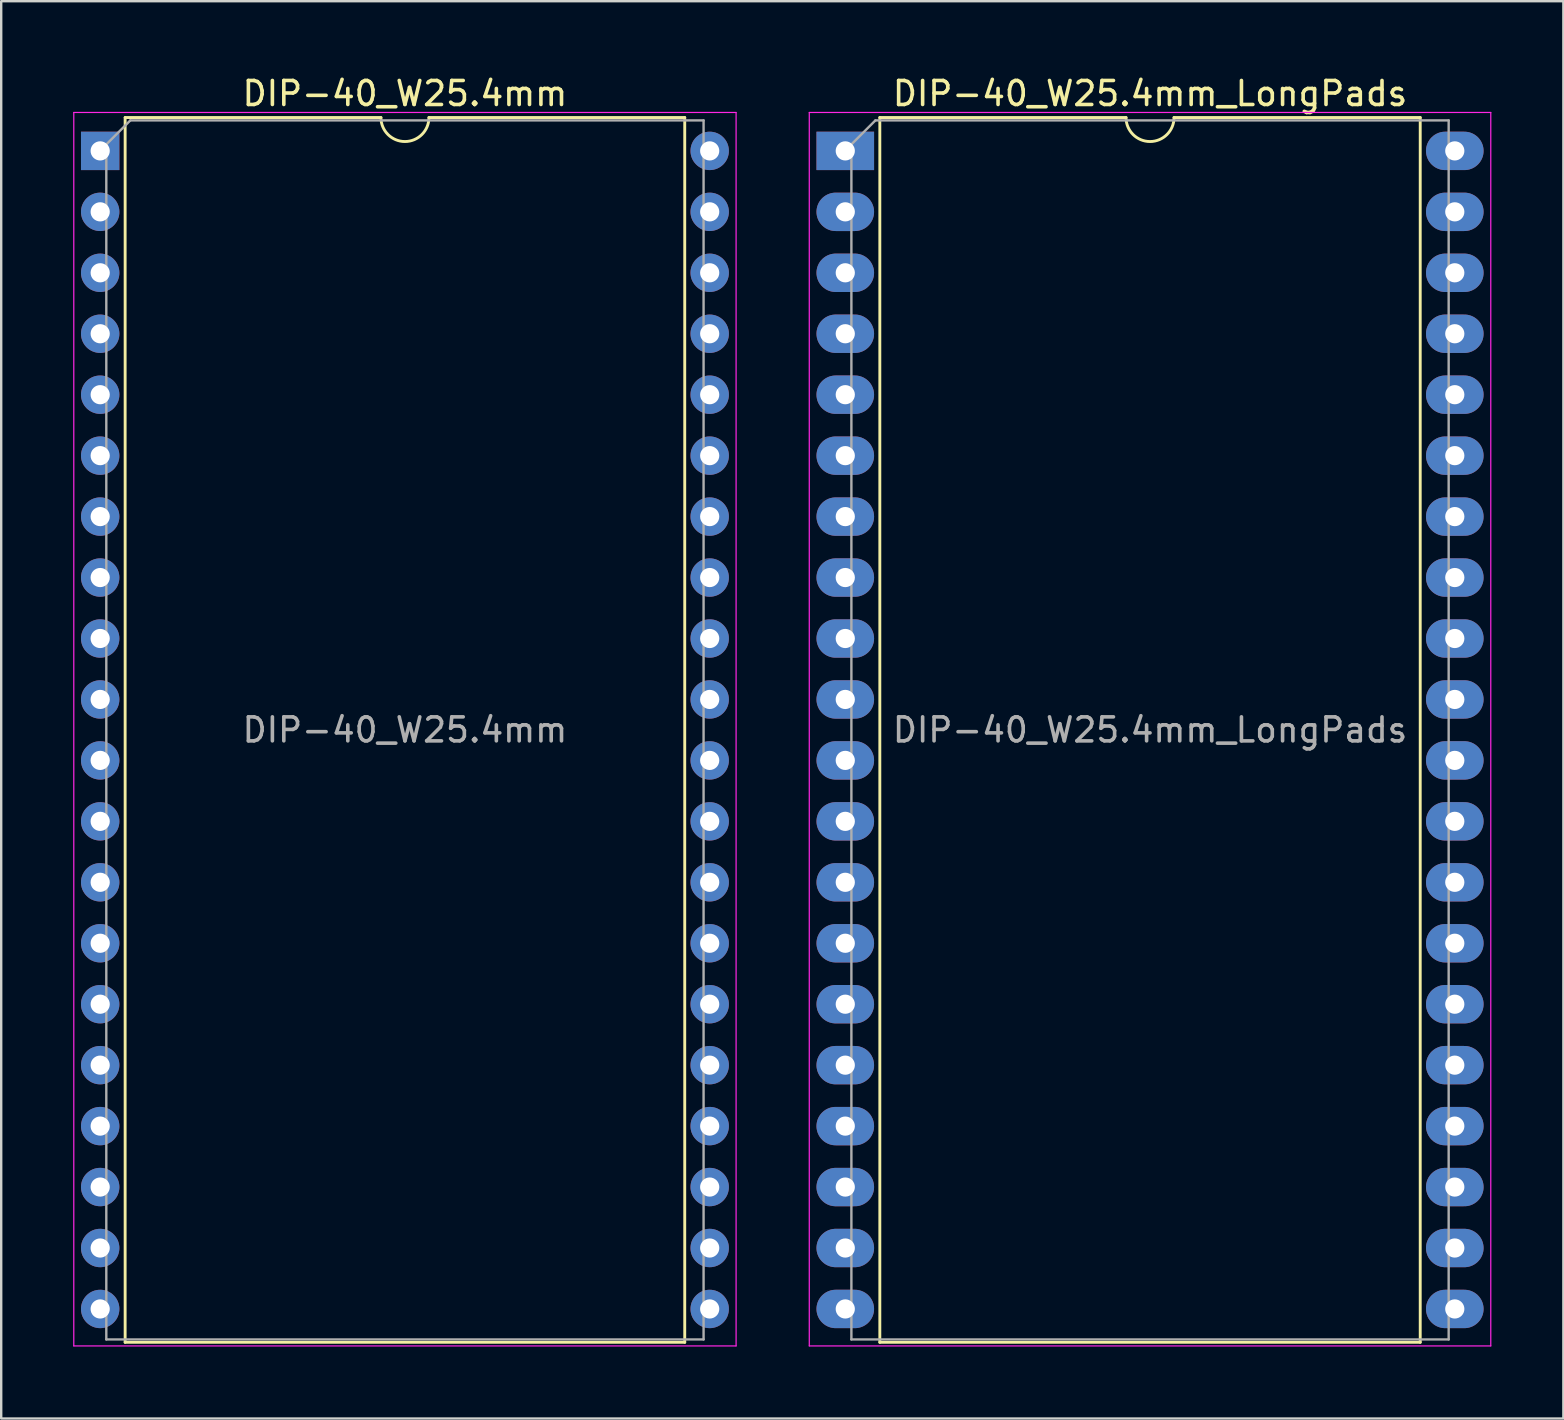
<source format=kicad_pcb>
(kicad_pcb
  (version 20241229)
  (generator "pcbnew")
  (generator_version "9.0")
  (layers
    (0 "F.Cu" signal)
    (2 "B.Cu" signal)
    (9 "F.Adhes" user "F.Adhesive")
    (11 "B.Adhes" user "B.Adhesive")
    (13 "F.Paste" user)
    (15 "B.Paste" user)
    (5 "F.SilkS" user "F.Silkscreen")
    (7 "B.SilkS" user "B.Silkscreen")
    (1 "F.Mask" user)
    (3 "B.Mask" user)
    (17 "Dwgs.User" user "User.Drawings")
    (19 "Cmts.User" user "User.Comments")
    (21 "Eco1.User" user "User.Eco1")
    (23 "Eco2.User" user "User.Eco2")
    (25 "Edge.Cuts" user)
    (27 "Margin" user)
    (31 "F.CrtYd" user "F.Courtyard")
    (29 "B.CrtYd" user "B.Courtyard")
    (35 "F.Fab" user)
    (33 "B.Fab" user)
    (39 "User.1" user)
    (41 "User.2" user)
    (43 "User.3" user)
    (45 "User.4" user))
  (footprint "DIP-40_W25.4mm"
    (layer "F.Cu")
    (at 1.125 3.238)
    (property "Reference" "DIP-40_W25.4mm" (at 12.7 -2.39 0) (layer "F.SilkS") (effects (font (size 1 1) (thickness 0.15))))
    (attr through_hole)
    (fp_line (start 1.04 -1.39) (end 1.04 49.65) (stroke (width 0.12) (type solid)) (layer "F.SilkS"))
    (fp_line (start 1.04 49.65) (end 24.36 49.65) (stroke (width 0.12) (type solid)) (layer "F.SilkS"))
    (fp_line (start 11.7 -1.39) (end 1.04 -1.39) (stroke (width 0.12) (type solid)) (layer "F.SilkS"))
    (fp_line (start 24.36 -1.39) (end 13.7 -1.39) (stroke (width 0.12) (type solid)) (layer "F.SilkS"))
    (fp_line (start 24.36 49.65) (end 24.36 -1.39) (stroke (width 0.12) (type solid)) (layer "F.SilkS"))
    (fp_arc (start 13.7 -1.39) (mid 12.7 -0.39) (end 11.7 -1.39) (stroke (width 0.12) (type solid)) (layer "F.SilkS"))
    (fp_line (start -1.1 -1.6) (end -1.1 49.8) (stroke (width 0.05) (type solid)) (layer "F.CrtYd"))
    (fp_line (start -1.1 49.8) (end 26.5 49.8) (stroke (width 0.05) (type solid)) (layer "F.CrtYd"))
    (fp_line (start 26.5 -1.6) (end -1.1 -1.6) (stroke (width 0.05) (type solid)) (layer "F.CrtYd"))
    (fp_line (start 26.5 49.8) (end 26.5 -1.6) (stroke (width 0.05) (type solid)) (layer "F.CrtYd"))
    (fp_line (start 0.255 -0.27) (end 1.255 -1.27) (stroke (width 0.1) (type solid)) (layer "F.Fab"))
    (fp_line (start 0.255 49.53) (end 0.255 -0.27) (stroke (width 0.1) (type solid)) (layer "F.Fab"))
    (fp_line (start 1.255 -1.27) (end 25.145 -1.27) (stroke (width 0.1) (type solid)) (layer "F.Fab"))
    (fp_line (start 25.145 -1.27) (end 25.145 49.53) (stroke (width 0.1) (type solid)) (layer "F.Fab"))
    (fp_line (start 25.145 49.53) (end 0.255 49.53) (stroke (width 0.1) (type solid)) (layer "F.Fab"))
    (fp_text user "${REFERENCE}" (at 12.7 24.13 0) (layer "F.Fab") (effects (font (size 1 1) (thickness 0.15))))
    (pad "1" thru_hole rect (at 0 0) (size 1.6 1.6) (drill 0.8) (layers "*.Cu" "*.Mask"))
    (pad "2" thru_hole oval (at 0 2.54) (size 1.6 1.6) (drill 0.8) (layers "*.Cu" "*.Mask"))
    (pad "3" thru_hole oval (at 0 5.08) (size 1.6 1.6) (drill 0.8) (layers "*.Cu" "*.Mask"))
    (pad "4" thru_hole oval (at 0 7.62) (size 1.6 1.6) (drill 0.8) (layers "*.Cu" "*.Mask"))
    (pad "5" thru_hole oval (at 0 10.16) (size 1.6 1.6) (drill 0.8) (layers "*.Cu" "*.Mask"))
    (pad "6" thru_hole oval (at 0 12.7) (size 1.6 1.6) (drill 0.8) (layers "*.Cu" "*.Mask"))
    (pad "7" thru_hole oval (at 0 15.24) (size 1.6 1.6) (drill 0.8) (layers "*.Cu" "*.Mask"))
    (pad "8" thru_hole oval (at 0 17.78) (size 1.6 1.6) (drill 0.8) (layers "*.Cu" "*.Mask"))
    (pad "9" thru_hole oval (at 0 20.32) (size 1.6 1.6) (drill 0.8) (layers "*.Cu" "*.Mask"))
    (pad "10" thru_hole oval (at 0 22.86) (size 1.6 1.6) (drill 0.8) (layers "*.Cu" "*.Mask"))
    (pad "11" thru_hole oval (at 0 25.4) (size 1.6 1.6) (drill 0.8) (layers "*.Cu" "*.Mask"))
    (pad "12" thru_hole oval (at 0 27.94) (size 1.6 1.6) (drill 0.8) (layers "*.Cu" "*.Mask"))
    (pad "13" thru_hole oval (at 0 30.48) (size 1.6 1.6) (drill 0.8) (layers "*.Cu" "*.Mask"))
    (pad "14" thru_hole oval (at 0 33.02) (size 1.6 1.6) (drill 0.8) (layers "*.Cu" "*.Mask"))
    (pad "15" thru_hole oval (at 0 35.56) (size 1.6 1.6) (drill 0.8) (layers "*.Cu" "*.Mask"))
    (pad "16" thru_hole oval (at 0 38.1) (size 1.6 1.6) (drill 0.8) (layers "*.Cu" "*.Mask"))
    (pad "17" thru_hole oval (at 0 40.64) (size 1.6 1.6) (drill 0.8) (layers "*.Cu" "*.Mask"))
    (pad "18" thru_hole oval (at 0 43.18) (size 1.6 1.6) (drill 0.8) (layers "*.Cu" "*.Mask"))
    (pad "19" thru_hole oval (at 0 45.72) (size 1.6 1.6) (drill 0.8) (layers "*.Cu" "*.Mask"))
    (pad "20" thru_hole oval (at 0 48.26) (size 1.6 1.6) (drill 0.8) (layers "*.Cu" "*.Mask"))
    (pad "21" thru_hole oval (at 25.4 48.26) (size 1.6 1.6) (drill 0.8) (layers "*.Cu" "*.Mask"))
    (pad "22" thru_hole oval (at 25.4 45.72) (size 1.6 1.6) (drill 0.8) (layers "*.Cu" "*.Mask"))
    (pad "23" thru_hole oval (at 25.4 43.18) (size 1.6 1.6) (drill 0.8) (layers "*.Cu" "*.Mask"))
    (pad "24" thru_hole oval (at 25.4 40.64) (size 1.6 1.6) (drill 0.8) (layers "*.Cu" "*.Mask"))
    (pad "25" thru_hole oval (at 25.4 38.1) (size 1.6 1.6) (drill 0.8) (layers "*.Cu" "*.Mask"))
    (pad "26" thru_hole oval (at 25.4 35.56) (size 1.6 1.6) (drill 0.8) (layers "*.Cu" "*.Mask"))
    (pad "27" thru_hole oval (at 25.4 33.02) (size 1.6 1.6) (drill 0.8) (layers "*.Cu" "*.Mask"))
    (pad "28" thru_hole oval (at 25.4 30.48) (size 1.6 1.6) (drill 0.8) (layers "*.Cu" "*.Mask"))
    (pad "29" thru_hole oval (at 25.4 27.94) (size 1.6 1.6) (drill 0.8) (layers "*.Cu" "*.Mask"))
    (pad "30" thru_hole oval (at 25.4 25.4) (size 1.6 1.6) (drill 0.8) (layers "*.Cu" "*.Mask"))
    (pad "31" thru_hole oval (at 25.4 22.86) (size 1.6 1.6) (drill 0.8) (layers "*.Cu" "*.Mask"))
    (pad "32" thru_hole oval (at 25.4 20.32) (size 1.6 1.6) (drill 0.8) (layers "*.Cu" "*.Mask"))
    (pad "33" thru_hole oval (at 25.4 17.78) (size 1.6 1.6) (drill 0.8) (layers "*.Cu" "*.Mask"))
    (pad "34" thru_hole oval (at 25.4 15.24) (size 1.6 1.6) (drill 0.8) (layers "*.Cu" "*.Mask"))
    (pad "35" thru_hole oval (at 25.4 12.7) (size 1.6 1.6) (drill 0.8) (layers "*.Cu" "*.Mask"))
    (pad "36" thru_hole oval (at 25.4 10.16) (size 1.6 1.6) (drill 0.8) (layers "*.Cu" "*.Mask"))
    (pad "37" thru_hole oval (at 25.4 7.62) (size 1.6 1.6) (drill 0.8) (layers "*.Cu" "*.Mask"))
    (pad "38" thru_hole oval (at 25.4 5.08) (size 1.6 1.6) (drill 0.8) (layers "*.Cu" "*.Mask"))
    (pad "39" thru_hole oval (at 25.4 2.54) (size 1.6 1.6) (drill 0.8) (layers "*.Cu" "*.Mask"))
    (pad "40" thru_hole oval (at 25.4 0) (size 1.6 1.6) (drill 0.8) (layers "*.Cu" "*.Mask")))
  (footprint "DIP-40_W25.4mm_LongPads"
    (layer "F.Cu")
    (at 32.175 3.238)
    (property "Reference" "DIP-40_W25.4mm_LongPads" (at 12.7 -2.39 0) (layer "F.SilkS") (effects (font (size 1 1) (thickness 0.15))))
    (attr through_hole)
    (fp_line (start 1.44 -1.39) (end 1.44 49.65) (stroke (width 0.12) (type solid)) (layer "F.SilkS"))
    (fp_line (start 1.44 49.65) (end 23.96 49.65) (stroke (width 0.12) (type solid)) (layer "F.SilkS"))
    (fp_line (start 11.7 -1.39) (end 1.44 -1.39) (stroke (width 0.12) (type solid)) (layer "F.SilkS"))
    (fp_line (start 23.96 -1.39) (end 13.7 -1.39) (stroke (width 0.12) (type solid)) (layer "F.SilkS"))
    (fp_line (start 23.96 49.65) (end 23.96 -1.39) (stroke (width 0.12) (type solid)) (layer "F.SilkS"))
    (fp_arc (start 13.7 -1.39) (mid 12.7 -0.39) (end 11.7 -1.39) (stroke (width 0.12) (type solid)) (layer "F.SilkS"))
    (fp_line (start -1.5 -1.6) (end -1.5 49.8) (stroke (width 0.05) (type solid)) (layer "F.CrtYd"))
    (fp_line (start -1.5 49.8) (end 26.9 49.8) (stroke (width 0.05) (type solid)) (layer "F.CrtYd"))
    (fp_line (start 26.9 -1.6) (end -1.5 -1.6) (stroke (width 0.05) (type solid)) (layer "F.CrtYd"))
    (fp_line (start 26.9 49.8) (end 26.9 -1.6) (stroke (width 0.05) (type solid)) (layer "F.CrtYd"))
    (fp_line (start 0.255 -0.27) (end 1.255 -1.27) (stroke (width 0.1) (type solid)) (layer "F.Fab"))
    (fp_line (start 0.255 49.53) (end 0.255 -0.27) (stroke (width 0.1) (type solid)) (layer "F.Fab"))
    (fp_line (start 1.255 -1.27) (end 25.145 -1.27) (stroke (width 0.1) (type solid)) (layer "F.Fab"))
    (fp_line (start 25.145 -1.27) (end 25.145 49.53) (stroke (width 0.1) (type solid)) (layer "F.Fab"))
    (fp_line (start 25.145 49.53) (end 0.255 49.53) (stroke (width 0.1) (type solid)) (layer "F.Fab"))
    (fp_text user "${REFERENCE}" (at 12.7 24.13 0) (layer "F.Fab") (effects (font (size 1 1) (thickness 0.15))))
    (pad "1" thru_hole rect (at 0 0) (size 2.4 1.6) (drill 0.8) (layers "*.Cu" "*.Mask"))
    (pad "2" thru_hole oval (at 0 2.54) (size 2.4 1.6) (drill 0.8) (layers "*.Cu" "*.Mask"))
    (pad "3" thru_hole oval (at 0 5.08) (size 2.4 1.6) (drill 0.8) (layers "*.Cu" "*.Mask"))
    (pad "4" thru_hole oval (at 0 7.62) (size 2.4 1.6) (drill 0.8) (layers "*.Cu" "*.Mask"))
    (pad "5" thru_hole oval (at 0 10.16) (size 2.4 1.6) (drill 0.8) (layers "*.Cu" "*.Mask"))
    (pad "6" thru_hole oval (at 0 12.7) (size 2.4 1.6) (drill 0.8) (layers "*.Cu" "*.Mask"))
    (pad "7" thru_hole oval (at 0 15.24) (size 2.4 1.6) (drill 0.8) (layers "*.Cu" "*.Mask"))
    (pad "8" thru_hole oval (at 0 17.78) (size 2.4 1.6) (drill 0.8) (layers "*.Cu" "*.Mask"))
    (pad "9" thru_hole oval (at 0 20.32) (size 2.4 1.6) (drill 0.8) (layers "*.Cu" "*.Mask"))
    (pad "10" thru_hole oval (at 0 22.86) (size 2.4 1.6) (drill 0.8) (layers "*.Cu" "*.Mask"))
    (pad "11" thru_hole oval (at 0 25.4) (size 2.4 1.6) (drill 0.8) (layers "*.Cu" "*.Mask"))
    (pad "12" thru_hole oval (at 0 27.94) (size 2.4 1.6) (drill 0.8) (layers "*.Cu" "*.Mask"))
    (pad "13" thru_hole oval (at 0 30.48) (size 2.4 1.6) (drill 0.8) (layers "*.Cu" "*.Mask"))
    (pad "14" thru_hole oval (at 0 33.02) (size 2.4 1.6) (drill 0.8) (layers "*.Cu" "*.Mask"))
    (pad "15" thru_hole oval (at 0 35.56) (size 2.4 1.6) (drill 0.8) (layers "*.Cu" "*.Mask"))
    (pad "16" thru_hole oval (at 0 38.1) (size 2.4 1.6) (drill 0.8) (layers "*.Cu" "*.Mask"))
    (pad "17" thru_hole oval (at 0 40.64) (size 2.4 1.6) (drill 0.8) (layers "*.Cu" "*.Mask"))
    (pad "18" thru_hole oval (at 0 43.18) (size 2.4 1.6) (drill 0.8) (layers "*.Cu" "*.Mask"))
    (pad "19" thru_hole oval (at 0 45.72) (size 2.4 1.6) (drill 0.8) (layers "*.Cu" "*.Mask"))
    (pad "20" thru_hole oval (at 0 48.26) (size 2.4 1.6) (drill 0.8) (layers "*.Cu" "*.Mask"))
    (pad "21" thru_hole oval (at 25.4 48.26) (size 2.4 1.6) (drill 0.8) (layers "*.Cu" "*.Mask"))
    (pad "22" thru_hole oval (at 25.4 45.72) (size 2.4 1.6) (drill 0.8) (layers "*.Cu" "*.Mask"))
    (pad "23" thru_hole oval (at 25.4 43.18) (size 2.4 1.6) (drill 0.8) (layers "*.Cu" "*.Mask"))
    (pad "24" thru_hole oval (at 25.4 40.64) (size 2.4 1.6) (drill 0.8) (layers "*.Cu" "*.Mask"))
    (pad "25" thru_hole oval (at 25.4 38.1) (size 2.4 1.6) (drill 0.8) (layers "*.Cu" "*.Mask"))
    (pad "26" thru_hole oval (at 25.4 35.56) (size 2.4 1.6) (drill 0.8) (layers "*.Cu" "*.Mask"))
    (pad "27" thru_hole oval (at 25.4 33.02) (size 2.4 1.6) (drill 0.8) (layers "*.Cu" "*.Mask"))
    (pad "28" thru_hole oval (at 25.4 30.48) (size 2.4 1.6) (drill 0.8) (layers "*.Cu" "*.Mask"))
    (pad "29" thru_hole oval (at 25.4 27.94) (size 2.4 1.6) (drill 0.8) (layers "*.Cu" "*.Mask"))
    (pad "30" thru_hole oval (at 25.4 25.4) (size 2.4 1.6) (drill 0.8) (layers "*.Cu" "*.Mask"))
    (pad "31" thru_hole oval (at 25.4 22.86) (size 2.4 1.6) (drill 0.8) (layers "*.Cu" "*.Mask"))
    (pad "32" thru_hole oval (at 25.4 20.32) (size 2.4 1.6) (drill 0.8) (layers "*.Cu" "*.Mask"))
    (pad "33" thru_hole oval (at 25.4 17.78) (size 2.4 1.6) (drill 0.8) (layers "*.Cu" "*.Mask"))
    (pad "34" thru_hole oval (at 25.4 15.24) (size 2.4 1.6) (drill 0.8) (layers "*.Cu" "*.Mask"))
    (pad "35" thru_hole oval (at 25.4 12.7) (size 2.4 1.6) (drill 0.8) (layers "*.Cu" "*.Mask"))
    (pad "36" thru_hole oval (at 25.4 10.16) (size 2.4 1.6) (drill 0.8) (layers "*.Cu" "*.Mask"))
    (pad "37" thru_hole oval (at 25.4 7.62) (size 2.4 1.6) (drill 0.8) (layers "*.Cu" "*.Mask"))
    (pad "38" thru_hole oval (at 25.4 5.08) (size 2.4 1.6) (drill 0.8) (layers "*.Cu" "*.Mask"))
    (pad "39" thru_hole oval (at 25.4 2.54) (size 2.4 1.6) (drill 0.8) (layers "*.Cu" "*.Mask"))
    (pad "40" thru_hole oval (at 25.4 0) (size 2.4 1.6) (drill 0.8) (layers "*.Cu" "*.Mask")))
  (gr_rect
    (start -3 -3)
    (end 62.1 56.063)
    (stroke (width 0.1) (type default))
    (fill no)
    (layer "Edge.Cuts")))
</source>
